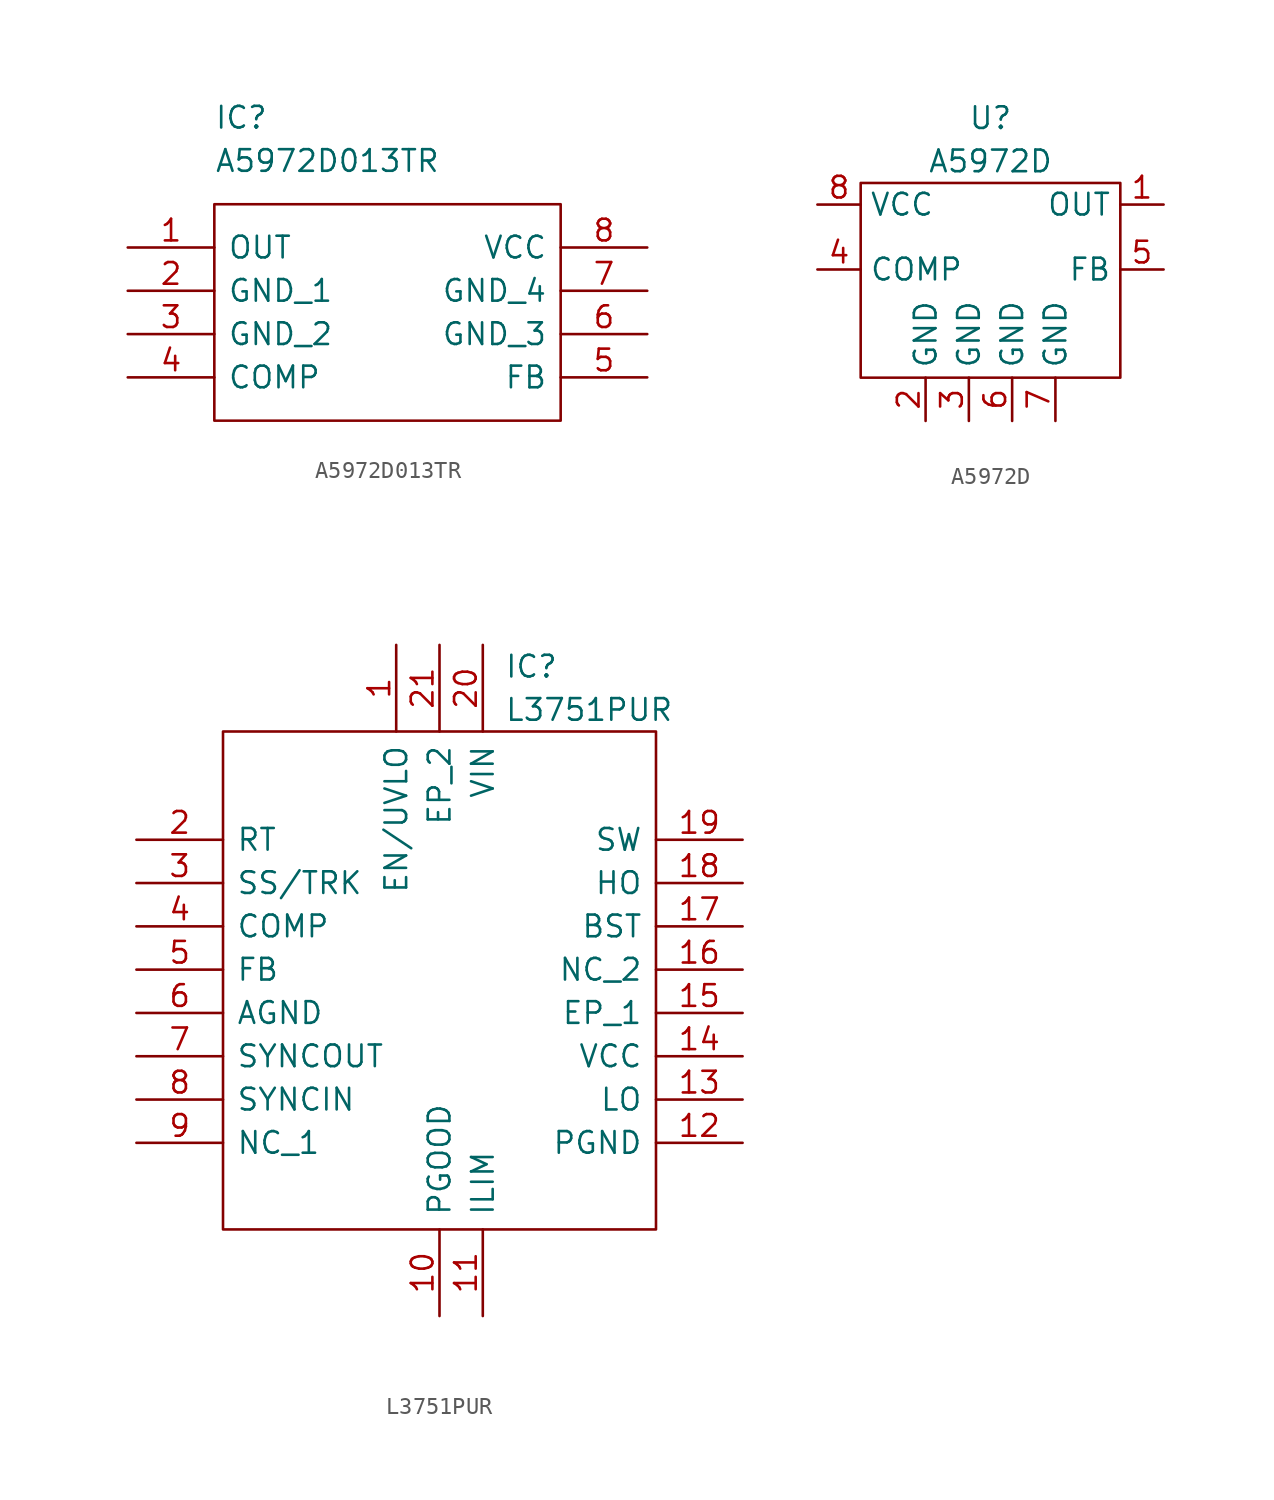
<source format=kicad_sym>
(kicad_symbol_lib
  (version 20211014)
  (generator kicad_symbol_editor)
  (symbol "A5972D013TR"
    (pin_names
      (offset 0.762))
    (property "Reference" "IC"
      (at 5.08 7.62 0)
      (effects (font (size 1.27 1.27)) (justify left)))
    (property "Value" "A5972D013TR"
      (at 5.08 5.08 0)
      (effects (font (size 1.27 1.27)) (justify left)))
    (symbol "A5972D013TR_0_0"
      (pin passive line (at 0 0 0) (length 5.08) (name "OUT" (effects (font (size 1.27 1.27)))) (number "1" (effects (font (size 1.27 1.27)))))
      (pin passive line (at 0 -2.54 0) (length 5.08) (name "GND_1" (effects (font (size 1.27 1.27)))) (number "2" (effects (font (size 1.27 1.27)))))
      (pin passive line (at 0 -5.08 0) (length 5.08) (name "GND_2" (effects (font (size 1.27 1.27)))) (number "3" (effects (font (size 1.27 1.27)))))
      (pin passive line (at 0 -7.62 0) (length 5.08) (name "COMP" (effects (font (size 1.27 1.27)))) (number "4" (effects (font (size 1.27 1.27)))))
      (pin passive line (at 30.48 -7.62 180) (length 5.08) (name "FB" (effects (font (size 1.27 1.27)))) (number "5" (effects (font (size 1.27 1.27)))))
      (pin passive line (at 30.48 -5.08 180) (length 5.08) (name "GND_3" (effects (font (size 1.27 1.27)))) (number "6" (effects (font (size 1.27 1.27)))))
      (pin passive line (at 30.48 -2.54 180) (length 5.08) (name "GND_4" (effects (font (size 1.27 1.27)))) (number "7" (effects (font (size 1.27 1.27)))))
      (pin passive line (at 30.48 0 180) (length 5.08) (name "VCC" (effects (font (size 1.27 1.27)))) (number "8" (effects (font (size 1.27 1.27))))))
    (symbol "A5972D013TR_0_1"
      (polyline (pts (xy 5.08 2.54) (xy 25.4 2.54) (xy 25.4 -10.16) (xy 5.08 -10.16) (xy 5.08 2.54)) (stroke (width 0.152) (type default) (color 0 0 0 0)) (fill (type none)))))
  (symbol "A5972D"
    (property "Reference" "U"
      (at 0 10.16 0)
      (effects (font (size 1.27 1.27))))
    (property "Value" "A5972D"
      (at 0 7.62 0)
      (effects (font (size 1.27 1.27))))
    (symbol "A5972D_0_1"
      (rectangle (start -7.62 6.35) (end 7.62 -5.08) (stroke (width 0) (type default) (color 0 0 0 0)) (fill (type none))))
    (symbol "A5972D_1_1"
      (pin input line (at 10.16 5.08 180) (length 2.54) (name "OUT" (effects (font (size 1.27 1.27)))) (number "1" (effects (font (size 1.27 1.27)))))
      (pin input line (at -3.81 -7.62 90) (length 2.54) (name "GND" (effects (font (size 1.27 1.27)))) (number "2" (effects (font (size 1.27 1.27)))))
      (pin input line (at -1.27 -7.62 90) (length 2.54) (name "GND" (effects (font (size 1.27 1.27)))) (number "3" (effects (font (size 1.27 1.27)))))
      (pin input line (at -10.16 1.27 0) (length 2.54) (name "COMP" (effects (font (size 1.27 1.27)))) (number "4" (effects (font (size 1.27 1.27)))))
      (pin input line (at 10.16 1.27 180) (length 2.54) (name "FB" (effects (font (size 1.27 1.27)))) (number "5" (effects (font (size 1.27 1.27)))))
      (pin input line (at 1.27 -7.62 90) (length 2.54) (name "GND" (effects (font (size 1.27 1.27)))) (number "6" (effects (font (size 1.27 1.27)))))
      (pin input line (at 3.81 -7.62 90) (length 2.54) (name "GND" (effects (font (size 1.27 1.27)))) (number "7" (effects (font (size 1.27 1.27)))))
      (pin input line (at -10.16 5.08 0) (length 2.54) (name "VCC" (effects (font (size 1.27 1.27)))) (number "8" (effects (font (size 1.27 1.27)))))))
  (symbol "L3751PUR"
    (pin_names
      (offset 0.762))
    (property "Reference" "IC"
      (at 21.59 10.16 0)
      (effects (font (size 1.27 1.27)) (justify left)))
    (property "Value" "L3751PUR"
      (at 21.59 7.62 0)
      (effects (font (size 1.27 1.27)) (justify left)))
    (symbol "L3751PUR_0_0"
      (pin passive line (at 15.24 11.43 270) (length 5.08) (name "EN/UVLO" (effects (font (size 1.27 1.27)))) (number "1" (effects (font (size 1.27 1.27)))))
      (pin passive line (at 17.78 -27.94 90) (length 5.08) (name "PGOOD" (effects (font (size 1.27 1.27)))) (number "10" (effects (font (size 1.27 1.27)))))
      (pin passive line (at 20.32 -27.94 90) (length 5.08) (name "ILIM" (effects (font (size 1.27 1.27)))) (number "11" (effects (font (size 1.27 1.27)))))
      (pin passive line (at 35.56 -17.78 180) (length 5.08) (name "PGND" (effects (font (size 1.27 1.27)))) (number "12" (effects (font (size 1.27 1.27)))))
      (pin passive line (at 35.56 -15.24 180) (length 5.08) (name "LO" (effects (font (size 1.27 1.27)))) (number "13" (effects (font (size 1.27 1.27)))))
      (pin passive line (at 35.56 -12.7 180) (length 5.08) (name "VCC" (effects (font (size 1.27 1.27)))) (number "14" (effects (font (size 1.27 1.27)))))
      (pin passive line (at 35.56 -10.16 180) (length 5.08) (name "EP_1" (effects (font (size 1.27 1.27)))) (number "15" (effects (font (size 1.27 1.27)))))
      (pin passive line (at 35.56 -7.62 180) (length 5.08) (name "NC_2" (effects (font (size 1.27 1.27)))) (number "16" (effects (font (size 1.27 1.27)))))
      (pin passive line (at 35.56 -5.08 180) (length 5.08) (name "BST" (effects (font (size 1.27 1.27)))) (number "17" (effects (font (size 1.27 1.27)))))
      (pin passive line (at 35.56 -2.54 180) (length 5.08) (name "HO" (effects (font (size 1.27 1.27)))) (number "18" (effects (font (size 1.27 1.27)))))
      (pin passive line (at 35.56 0 180) (length 5.08) (name "SW" (effects (font (size 1.27 1.27)))) (number "19" (effects (font (size 1.27 1.27)))))
      (pin passive line (at 0 0 0) (length 5.08) (name "RT" (effects (font (size 1.27 1.27)))) (number "2" (effects (font (size 1.27 1.27)))))
      (pin passive line (at 20.32 11.43 270) (length 5.08) (name "VIN" (effects (font (size 1.27 1.27)))) (number "20" (effects (font (size 1.27 1.27)))))
      (pin passive line (at 17.78 11.43 270) (length 5.08) (name "EP_2" (effects (font (size 1.27 1.27)))) (number "21" (effects (font (size 1.27 1.27)))))
      (pin passive line (at 0 -2.54 0) (length 5.08) (name "SS/TRK" (effects (font (size 1.27 1.27)))) (number "3" (effects (font (size 1.27 1.27)))))
      (pin passive line (at 0 -5.08 0) (length 5.08) (name "COMP" (effects (font (size 1.27 1.27)))) (number "4" (effects (font (size 1.27 1.27)))))
      (pin passive line (at 0 -7.62 0) (length 5.08) (name "FB" (effects (font (size 1.27 1.27)))) (number "5" (effects (font (size 1.27 1.27)))))
      (pin passive line (at 0 -10.16 0) (length 5.08) (name "AGND" (effects (font (size 1.27 1.27)))) (number "6" (effects (font (size 1.27 1.27)))))
      (pin passive line (at 0 -12.7 0) (length 5.08) (name "SYNCOUT" (effects (font (size 1.27 1.27)))) (number "7" (effects (font (size 1.27 1.27)))))
      (pin passive line (at 0 -15.24 0) (length 5.08) (name "SYNCIN" (effects (font (size 1.27 1.27)))) (number "8" (effects (font (size 1.27 1.27)))))
      (pin passive line (at 0 -17.78 0) (length 5.08) (name "NC_1" (effects (font (size 1.27 1.27)))) (number "9" (effects (font (size 1.27 1.27))))))
    (symbol "L3751PUR_0_1"
      (polyline (pts (xy 5.08 6.35) (xy 30.48 6.35) (xy 30.48 -22.86) (xy 5.08 -22.86) (xy 5.08 6.35)) (stroke (width 0.152) (type default) (color 0 0 0 0)) (fill (type none))))))
</source>
